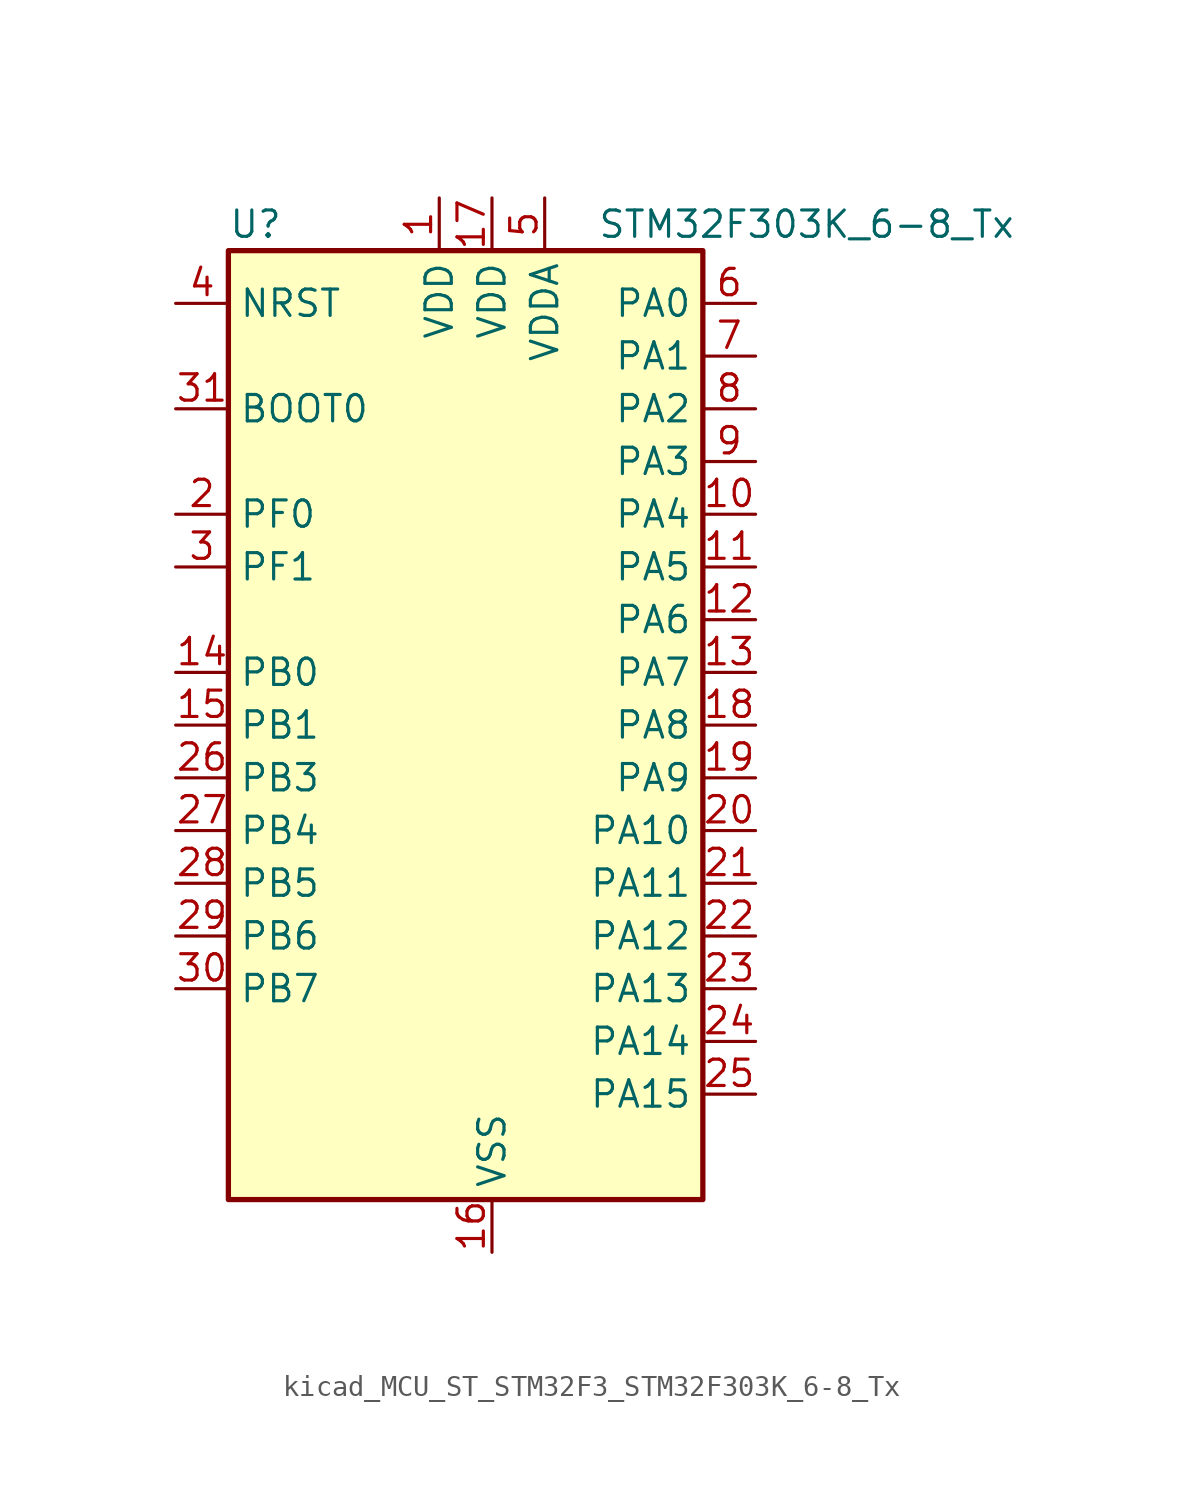
<source format=kicad_sym>
(kicad_symbol_lib
  (version 20220914)
  (generator kicad_symbol_editor)
  (symbol "kicad_MCU_ST_STM32F3_STM32F303K_6-8_Tx"
    (property "Reference" "U"
      (at -10.16 24.13 0)
      (effects (font (size 1.27 1.27)) (justify left)))
    (property "Value" "STM32F303K_6-8_Tx"
      (at 7.62 24.13 0)
      (effects (font (size 1.27 1.27)) (justify left)))
    (property "ki_locked" ""
      (at 0 0 0)
      (effects (font (size 1.27 1.27))))
    (symbol "kicad_MCU_ST_STM32F3_STM32F303K_6-8_Tx_0_1"
      (rectangle (start -10.16 -22.86) (end 12.7 22.86) (stroke (width 0.254) (type default)) (fill (type background))))
    (symbol "kicad_MCU_ST_STM32F3_STM32F303K_6-8_Tx_1_1"
      (pin power_in line (at 0 25.4 270) (length 2.54) (name "VDD" (effects (font (size 1.27 1.27)))) (number "1" (effects (font (size 1.27 1.27)))))
      (pin bidirectional line (at 15.24 10.16 180) (length 2.54) (name "PA4" (effects (font (size 1.27 1.27)))) (number "10" (effects (font (size 1.27 1.27)))) (alternate "ADC2_IN1" bidirectional line) (alternate "COMP2_INM" bidirectional line) (alternate "COMP4_INM" bidirectional line) (alternate "DAC1_OUT1" bidirectional line) (alternate "SPI1_NSS" bidirectional line) (alternate "TIM3_CH2" bidirectional line) (alternate "TSC_G2_IO1" bidirectional line) (alternate "USART2_CK" bidirectional line))
      (pin bidirectional line (at 15.24 7.62 180) (length 2.54) (name "PA5" (effects (font (size 1.27 1.27)))) (number "11" (effects (font (size 1.27 1.27)))) (alternate "ADC2_IN2" bidirectional line) (alternate "DAC1_OUT2" bidirectional line) (alternate "OPAMP2_VINM" bidirectional line) (alternate "OPAMP2_VINM_SEC" bidirectional line) (alternate "SPI1_SCK" bidirectional line) (alternate "TIM2_CH1" bidirectional line) (alternate "TIM2_ETR" bidirectional line) (alternate "TSC_G2_IO2" bidirectional line))
      (pin bidirectional line (at 15.24 5.08 180) (length 2.54) (name "PA6" (effects (font (size 1.27 1.27)))) (number "12" (effects (font (size 1.27 1.27)))) (alternate "ADC2_IN3" bidirectional line) (alternate "DAC2_OUT1" bidirectional line) (alternate "OPAMP2_VOUT" bidirectional line) (alternate "SPI1_MISO" bidirectional line) (alternate "TIM16_CH1" bidirectional line) (alternate "TIM1_BKIN" bidirectional line) (alternate "TIM3_CH1" bidirectional line) (alternate "TSC_G2_IO3" bidirectional line))
      (pin bidirectional line (at 15.24 2.54 180) (length 2.54) (name "PA7" (effects (font (size 1.27 1.27)))) (number "13" (effects (font (size 1.27 1.27)))) (alternate "ADC2_IN4" bidirectional line) (alternate "COMP2_INP" bidirectional line) (alternate "OPAMP2_VINP" bidirectional line) (alternate "OPAMP2_VINP_SEC" bidirectional line) (alternate "SPI1_MOSI" bidirectional line) (alternate "TIM17_CH1" bidirectional line) (alternate "TIM1_CH1N" bidirectional line) (alternate "TIM3_CH2" bidirectional line) (alternate "TSC_G2_IO4" bidirectional line))
      (pin bidirectional line (at -12.7 2.54 0) (length 2.54) (name "PB0" (effects (font (size 1.27 1.27)))) (number "14" (effects (font (size 1.27 1.27)))) (alternate "ADC1_IN11" bidirectional line) (alternate "COMP4_INP" bidirectional line) (alternate "OPAMP2_VINP" bidirectional line) (alternate "OPAMP2_VINP_SEC" bidirectional line) (alternate "TIM1_CH2N" bidirectional line) (alternate "TIM3_CH3" bidirectional line) (alternate "TSC_G3_IO2" bidirectional line))
      (pin bidirectional line (at -12.7 0 0) (length 2.54) (name "PB1" (effects (font (size 1.27 1.27)))) (number "15" (effects (font (size 1.27 1.27)))) (alternate "ADC1_IN12" bidirectional line) (alternate "COMP4_OUT" bidirectional line) (alternate "TIM1_CH3N" bidirectional line) (alternate "TIM3_CH4" bidirectional line) (alternate "TSC_G3_IO3" bidirectional line))
      (pin power_in line (at 2.54 -25.4 90) (length 2.54) (name "VSS" (effects (font (size 1.27 1.27)))) (number "16" (effects (font (size 1.27 1.27)))))
      (pin power_in line (at 2.54 25.4 270) (length 2.54) (name "VDD" (effects (font (size 1.27 1.27)))) (number "17" (effects (font (size 1.27 1.27)))))
      (pin bidirectional line (at 15.24 0 180) (length 2.54) (name "PA8" (effects (font (size 1.27 1.27)))) (number "18" (effects (font (size 1.27 1.27)))) (alternate "RCC_MCO" bidirectional line) (alternate "TIM1_CH1" bidirectional line) (alternate "USART1_CK" bidirectional line))
      (pin bidirectional line (at 15.24 -2.54 180) (length 2.54) (name "PA9" (effects (font (size 1.27 1.27)))) (number "19" (effects (font (size 1.27 1.27)))) (alternate "DAC1_EXTI9" bidirectional line) (alternate "DAC2_EXTI9" bidirectional line) (alternate "TIM15_BKIN" bidirectional line) (alternate "TIM1_CH2" bidirectional line) (alternate "TIM2_CH3" bidirectional line) (alternate "TSC_G4_IO1" bidirectional line) (alternate "USART1_TX" bidirectional line))
      (pin bidirectional line (at -12.7 10.16 0) (length 2.54) (name "PF0" (effects (font (size 1.27 1.27)))) (number "2" (effects (font (size 1.27 1.27)))) (alternate "RCC_OSC_IN" bidirectional line) (alternate "TIM1_CH3N" bidirectional line))
      (pin bidirectional line (at 15.24 -5.08 180) (length 2.54) (name "PA10" (effects (font (size 1.27 1.27)))) (number "20" (effects (font (size 1.27 1.27)))) (alternate "TIM17_BKIN" bidirectional line) (alternate "TIM1_CH3" bidirectional line) (alternate "TIM2_CH4" bidirectional line) (alternate "TSC_G4_IO2" bidirectional line) (alternate "USART1_RX" bidirectional line))
      (pin bidirectional line (at 15.24 -7.62 180) (length 2.54) (name "PA11" (effects (font (size 1.27 1.27)))) (number "21" (effects (font (size 1.27 1.27)))) (alternate "CAN_RX" bidirectional line) (alternate "TIM1_BKIN2" bidirectional line) (alternate "TIM1_CH1N" bidirectional line) (alternate "TIM1_CH4" bidirectional line) (alternate "USART1_CTS" bidirectional line))
      (pin bidirectional line (at 15.24 -10.16 180) (length 2.54) (name "PA12" (effects (font (size 1.27 1.27)))) (number "22" (effects (font (size 1.27 1.27)))) (alternate "CAN_TX" bidirectional line) (alternate "COMP2_OUT" bidirectional line) (alternate "TIM16_CH1" bidirectional line) (alternate "TIM1_CH2N" bidirectional line) (alternate "TIM1_ETR" bidirectional line) (alternate "USART1_DE" bidirectional line) (alternate "USART1_RTS" bidirectional line))
      (pin bidirectional line (at 15.24 -12.7 180) (length 2.54) (name "PA13" (effects (font (size 1.27 1.27)))) (number "23" (effects (font (size 1.27 1.27)))) (alternate "IR_OUT" bidirectional line) (alternate "SYS_JTMS-SWDIO" bidirectional line) (alternate "TIM16_CH1N" bidirectional line) (alternate "TSC_G4_IO3" bidirectional line))
      (pin bidirectional line (at 15.24 -15.24 180) (length 2.54) (name "PA14" (effects (font (size 1.27 1.27)))) (number "24" (effects (font (size 1.27 1.27)))) (alternate "I2C1_SDA" bidirectional line) (alternate "SYS_JTCK-SWCLK" bidirectional line) (alternate "TIM1_BKIN" bidirectional line) (alternate "TSC_G4_IO4" bidirectional line) (alternate "USART2_TX" bidirectional line))
      (pin bidirectional line (at 15.24 -17.78 180) (length 2.54) (name "PA15" (effects (font (size 1.27 1.27)))) (number "25" (effects (font (size 1.27 1.27)))) (alternate "I2C1_SCL" bidirectional line) (alternate "SPI1_NSS" bidirectional line) (alternate "SYS_JTDI" bidirectional line) (alternate "TIM1_BKIN" bidirectional line) (alternate "TIM2_CH1" bidirectional line) (alternate "TIM2_ETR" bidirectional line) (alternate "TSC_SYNC" bidirectional line) (alternate "USART2_RX" bidirectional line))
      (pin bidirectional line (at -12.7 -2.54 0) (length 2.54) (name "PB3" (effects (font (size 1.27 1.27)))) (number "26" (effects (font (size 1.27 1.27)))) (alternate "SPI1_SCK" bidirectional line) (alternate "SYS_JTDO-TRACESWO" bidirectional line) (alternate "TIM2_CH2" bidirectional line) (alternate "TIM3_ETR" bidirectional line) (alternate "TSC_G5_IO1" bidirectional line) (alternate "USART2_TX" bidirectional line))
      (pin bidirectional line (at -12.7 -5.08 0) (length 2.54) (name "PB4" (effects (font (size 1.27 1.27)))) (number "27" (effects (font (size 1.27 1.27)))) (alternate "SPI1_MISO" bidirectional line) (alternate "SYS_NJTRST" bidirectional line) (alternate "TIM16_CH1" bidirectional line) (alternate "TIM17_BKIN" bidirectional line) (alternate "TIM3_CH1" bidirectional line) (alternate "TSC_G5_IO2" bidirectional line) (alternate "USART2_RX" bidirectional line))
      (pin bidirectional line (at -12.7 -7.62 0) (length 2.54) (name "PB5" (effects (font (size 1.27 1.27)))) (number "28" (effects (font (size 1.27 1.27)))) (alternate "I2C1_SMBA" bidirectional line) (alternate "SPI1_MOSI" bidirectional line) (alternate "TIM16_BKIN" bidirectional line) (alternate "TIM17_CH1" bidirectional line) (alternate "TIM3_CH2" bidirectional line) (alternate "USART2_CK" bidirectional line))
      (pin bidirectional line (at -12.7 -10.16 0) (length 2.54) (name "PB6" (effects (font (size 1.27 1.27)))) (number "29" (effects (font (size 1.27 1.27)))) (alternate "I2C1_SCL" bidirectional line) (alternate "TIM16_CH1N" bidirectional line) (alternate "TSC_G5_IO3" bidirectional line) (alternate "USART1_TX" bidirectional line))
      (pin bidirectional line (at -12.7 7.62 0) (length 2.54) (name "PF1" (effects (font (size 1.27 1.27)))) (number "3" (effects (font (size 1.27 1.27)))) (alternate "RCC_OSC_OUT" bidirectional line))
      (pin bidirectional line (at -12.7 -12.7 0) (length 2.54) (name "PB7" (effects (font (size 1.27 1.27)))) (number "30" (effects (font (size 1.27 1.27)))) (alternate "I2C1_SDA" bidirectional line) (alternate "TIM17_CH1N" bidirectional line) (alternate "TIM3_CH4" bidirectional line) (alternate "TSC_G5_IO4" bidirectional line) (alternate "USART1_RX" bidirectional line))
      (pin input line (at -12.7 15.24 0) (length 2.54) (name "BOOT0" (effects (font (size 1.27 1.27)))) (number "31" (effects (font (size 1.27 1.27)))))
      (pin passive line (at 2.54 -25.4 90) (length 2.54) hide (name "VSS" (effects (font (size 1.27 1.27)))) (number "32" (effects (font (size 1.27 1.27)))))
      (pin input line (at -12.7 20.32 0) (length 2.54) (name "NRST" (effects (font (size 1.27 1.27)))) (number "4" (effects (font (size 1.27 1.27)))))
      (pin power_in line (at 5.08 25.4 270) (length 2.54) (name "VDDA" (effects (font (size 1.27 1.27)))) (number "5" (effects (font (size 1.27 1.27)))))
      (pin bidirectional line (at 15.24 20.32 180) (length 2.54) (name "PA0" (effects (font (size 1.27 1.27)))) (number "6" (effects (font (size 1.27 1.27)))) (alternate "ADC1_IN1" bidirectional line) (alternate "RTC_TAMP2" bidirectional line) (alternate "SYS_WKUP1" bidirectional line) (alternate "TIM2_CH1" bidirectional line) (alternate "TIM2_ETR" bidirectional line) (alternate "TSC_G1_IO1" bidirectional line) (alternate "USART2_CTS" bidirectional line))
      (pin bidirectional line (at 15.24 17.78 180) (length 2.54) (name "PA1" (effects (font (size 1.27 1.27)))) (number "7" (effects (font (size 1.27 1.27)))) (alternate "ADC1_IN2" bidirectional line) (alternate "RTC_REFIN" bidirectional line) (alternate "TIM15_CH1N" bidirectional line) (alternate "TIM2_CH2" bidirectional line) (alternate "TSC_G1_IO2" bidirectional line) (alternate "USART2_DE" bidirectional line) (alternate "USART2_RTS" bidirectional line))
      (pin bidirectional line (at 15.24 15.24 180) (length 2.54) (name "PA2" (effects (font (size 1.27 1.27)))) (number "8" (effects (font (size 1.27 1.27)))) (alternate "ADC1_IN3" bidirectional line) (alternate "COMP2_INM" bidirectional line) (alternate "COMP2_OUT" bidirectional line) (alternate "TIM15_CH1" bidirectional line) (alternate "TIM2_CH3" bidirectional line) (alternate "TSC_G1_IO3" bidirectional line) (alternate "USART2_TX" bidirectional line))
      (pin bidirectional line (at 15.24 12.7 180) (length 2.54) (name "PA3" (effects (font (size 1.27 1.27)))) (number "9" (effects (font (size 1.27 1.27)))) (alternate "ADC1_IN4" bidirectional line) (alternate "TIM15_CH2" bidirectional line) (alternate "TIM2_CH4" bidirectional line) (alternate "TSC_G1_IO4" bidirectional line) (alternate "USART2_RX" bidirectional line)))))
</source>
